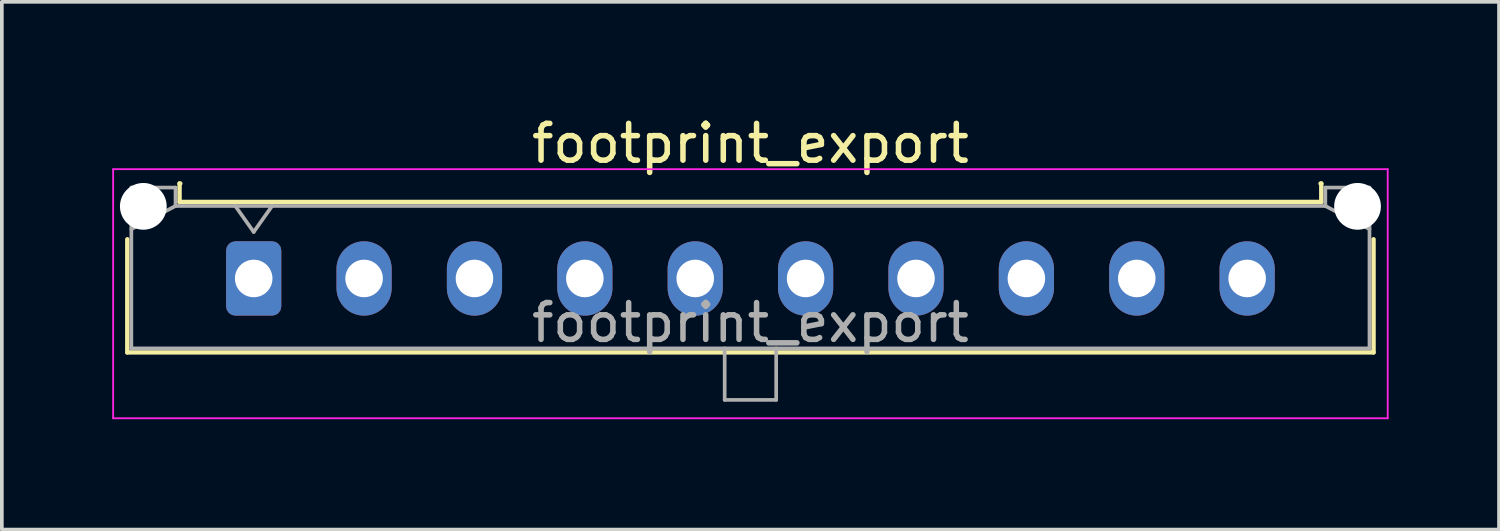
<source format=kicad_pcb>
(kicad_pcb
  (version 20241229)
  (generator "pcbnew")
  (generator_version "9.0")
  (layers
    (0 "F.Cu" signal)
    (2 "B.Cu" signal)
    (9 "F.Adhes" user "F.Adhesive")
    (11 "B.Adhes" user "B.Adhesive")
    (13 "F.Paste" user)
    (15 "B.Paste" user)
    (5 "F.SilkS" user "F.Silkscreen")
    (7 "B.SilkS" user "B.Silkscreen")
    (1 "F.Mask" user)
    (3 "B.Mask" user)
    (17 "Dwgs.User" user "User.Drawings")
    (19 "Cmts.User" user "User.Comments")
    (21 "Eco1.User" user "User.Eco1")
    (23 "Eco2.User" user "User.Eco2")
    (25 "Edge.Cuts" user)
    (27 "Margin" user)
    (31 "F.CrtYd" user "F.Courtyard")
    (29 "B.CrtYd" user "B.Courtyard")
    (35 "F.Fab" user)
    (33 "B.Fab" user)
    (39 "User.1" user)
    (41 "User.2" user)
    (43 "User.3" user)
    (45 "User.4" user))
  (footprint "footprint_export"
    (layer "F.Cu")
    (at 3.845 4.518)
    (property "Reference" "footprint_export" (at 13.5 -3.67 0) (layer "F.SilkS") (effects (font (size 1 1) (thickness 0.15))))
    (attr through_hole)
    (fp_line (start -3.435 -1.065) (end -3.435 2.01) (stroke (width 0.12) (type solid)) (layer "F.SilkS"))
    (fp_line (start -3.435 2.01) (end 30.435 2.01) (stroke (width 0.12) (type solid)) (layer "F.SilkS"))
    (fp_line (start -2.015 -2.58) (end -2.015 -2.08) (stroke (width 0.12) (type solid)) (layer "F.SilkS"))
    (fp_line (start -2.015 -2.08) (end 29.015 -2.08) (stroke (width 0.12) (type solid)) (layer "F.SilkS"))
    (fp_line (start -1.995 -2.58) (end -2.015 -2.58) (stroke (width 0.12) (type solid)) (layer "F.SilkS"))
    (fp_line (start 29.015 -2.58) (end 28.995 -2.58) (stroke (width 0.12) (type solid)) (layer "F.SilkS"))
    (fp_line (start 29.015 -2.08) (end 29.015 -2.58) (stroke (width 0.12) (type solid)) (layer "F.SilkS"))
    (fp_line (start 30.435 2.01) (end 30.435 -1.065) (stroke (width 0.12) (type solid)) (layer "F.SilkS"))
    (fp_line (start -3.82 -2.97) (end 30.82 -2.97) (stroke (width 0.05) (type solid)) (layer "F.CrtYd"))
    (fp_line (start -3.82 3.8) (end -3.82 -2.97) (stroke (width 0.05) (type solid)) (layer "F.CrtYd"))
    (fp_line (start 30.82 -2.97) (end 30.82 3.8) (stroke (width 0.05) (type solid)) (layer "F.CrtYd"))
    (fp_line (start 30.82 3.8) (end -3.82 3.8) (stroke (width 0.05) (type solid)) (layer "F.CrtYd"))
    (fp_line (start -3.325 -2.47) (end -3.325 1.9) (stroke (width 0.1) (type solid)) (layer "F.Fab"))
    (fp_line (start -3.325 -1.34) (end -2.125 -1.97) (stroke (width 0.1) (type solid)) (layer "F.Fab"))
    (fp_line (start -3.325 1.9) (end 30.325 1.9) (stroke (width 0.1) (type solid)) (layer "F.Fab"))
    (fp_line (start -2.125 -2.47) (end -3.325 -2.47) (stroke (width 0.1) (type solid)) (layer "F.Fab"))
    (fp_line (start -2.125 -1.97) (end -2.125 -2.47) (stroke (width 0.1) (type solid)) (layer "F.Fab"))
    (fp_line (start -0.5 -1.97) (end 0 -1.263) (stroke (width 0.1) (type solid)) (layer "F.Fab"))
    (fp_line (start 0 -1.263) (end 0.5 -1.97) (stroke (width 0.1) (type solid)) (layer "F.Fab"))
    (fp_line (start 12.8 1.9) (end 12.8 3.3) (stroke (width 0.1) (type solid)) (layer "F.Fab"))
    (fp_line (start 12.8 3.3) (end 14.2 3.3) (stroke (width 0.1) (type solid)) (layer "F.Fab"))
    (fp_line (start 14.2 3.3) (end 14.2 1.9) (stroke (width 0.1) (type solid)) (layer "F.Fab"))
    (fp_line (start 29.125 -2.47) (end 29.125 -1.97) (stroke (width 0.1) (type solid)) (layer "F.Fab"))
    (fp_line (start 29.125 -1.97) (end -2.125 -1.97) (stroke (width 0.1) (type solid)) (layer "F.Fab"))
    (fp_line (start 30.325 -2.47) (end 29.125 -2.47) (stroke (width 0.1) (type solid)) (layer "F.Fab"))
    (fp_line (start 30.325 -1.34) (end 29.125 -1.97) (stroke (width 0.1) (type solid)) (layer "F.Fab"))
    (fp_line (start 30.325 1.9) (end 30.325 -2.47) (stroke (width 0.1) (type solid)) (layer "F.Fab"))
    (fp_text user "${REFERENCE}" (at 13.5 1.2 0) (layer "F.Fab") (effects (font (size 1 1) (thickness 0.15))))
    (pad "" np_thru_hole circle (at -3 -1.96) (size 1.27 1.27) (drill 1.27) (layers "*.Cu" "*.Mask"))
    (pad "" np_thru_hole circle (at 30 -1.96) (size 1.27 1.27) (drill 1.27) (layers "*.Cu" "*.Mask"))
    (pad "1" thru_hole roundrect (at 0 0) (size 1.5 2.02) (drill 1.02) (layers "*.Cu" "*.Mask") (roundrect_rratio 0.167))
    (pad "2" thru_hole oval (at 3 0) (size 1.5 2.02) (drill 1.02) (layers "*.Cu" "*.Mask"))
    (pad "3" thru_hole oval (at 6 0) (size 1.5 2.02) (drill 1.02) (layers "*.Cu" "*.Mask"))
    (pad "4" thru_hole oval (at 9 0) (size 1.5 2.02) (drill 1.02) (layers "*.Cu" "*.Mask"))
    (pad "5" thru_hole oval (at 12 0) (size 1.5 2.02) (drill 1.02) (layers "*.Cu" "*.Mask"))
    (pad "6" thru_hole oval (at 15 0) (size 1.5 2.02) (drill 1.02) (layers "*.Cu" "*.Mask"))
    (pad "7" thru_hole oval (at 18 0) (size 1.5 2.02) (drill 1.02) (layers "*.Cu" "*.Mask"))
    (pad "8" thru_hole oval (at 21 0) (size 1.5 2.02) (drill 1.02) (layers "*.Cu" "*.Mask"))
    (pad "9" thru_hole oval (at 24 0) (size 1.5 2.02) (drill 1.02) (layers "*.Cu" "*.Mask"))
    (pad "10" thru_hole oval (at 27 0) (size 1.5 2.02) (drill 1.02) (layers "*.Cu" "*.Mask")))
  (gr_rect
    (start -3 -3)
    (end 37.69 11.343)
    (stroke (width 0.1) (type default))
    (fill no)
    (layer "Edge.Cuts")))
</source>
